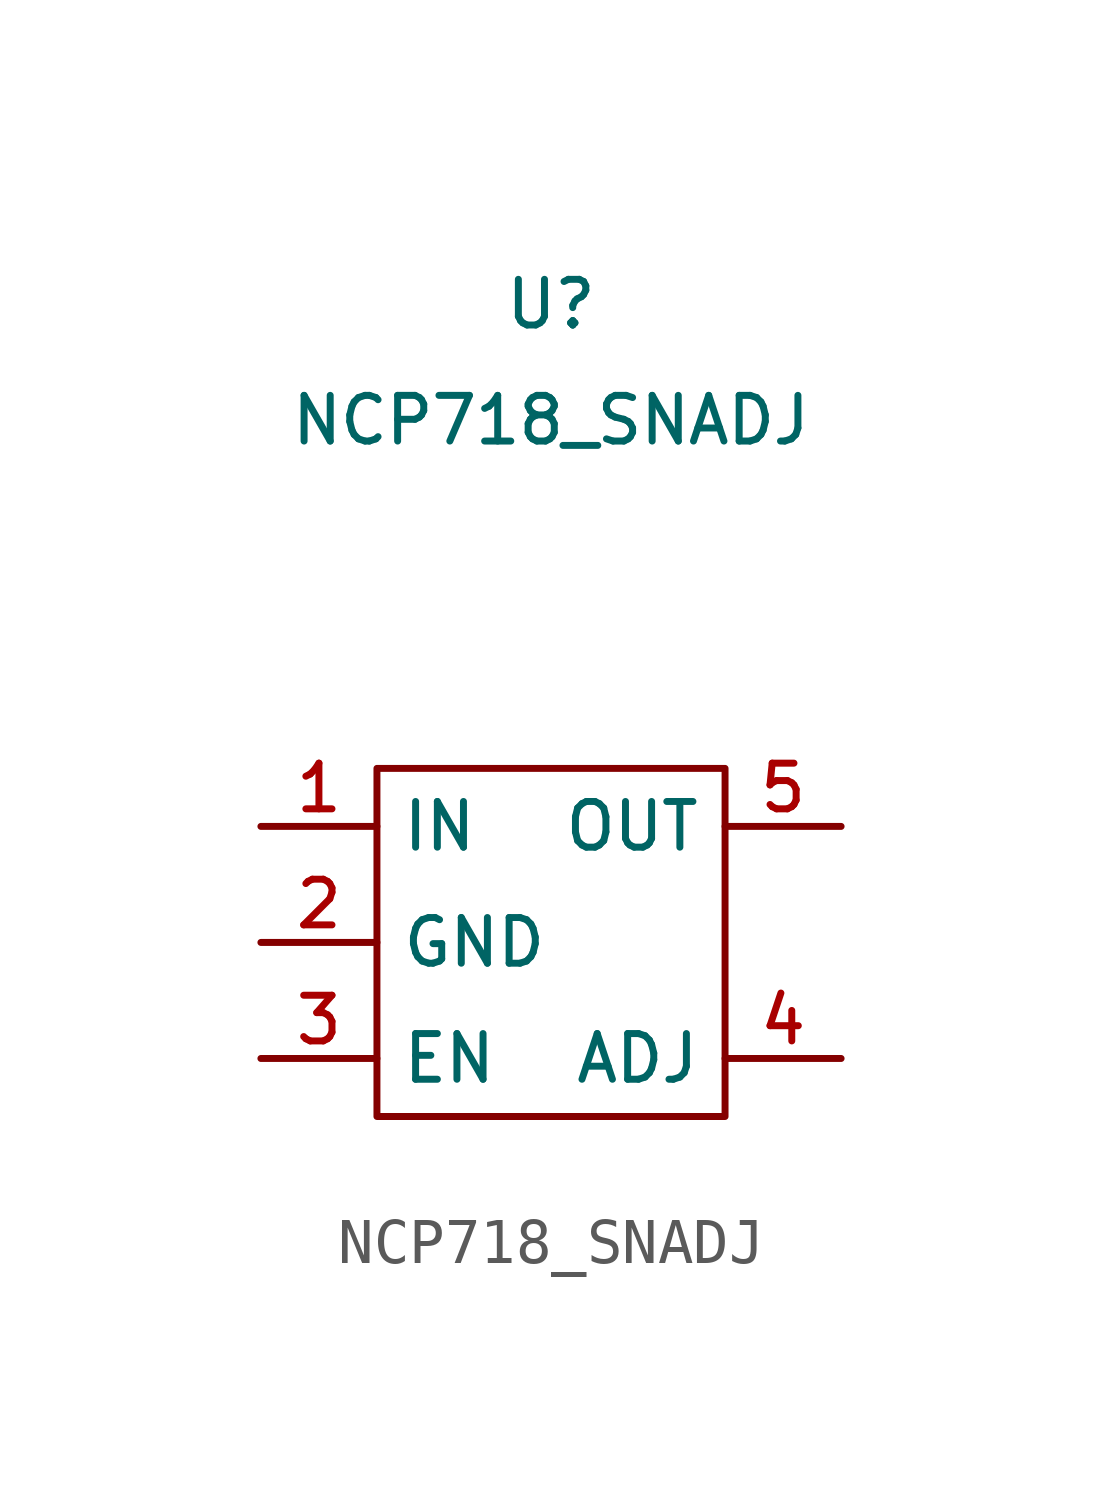
<source format=kicad_sym>
(kicad_symbol_lib
  (version 20211014)
  (generator kicad_symbol_editor)
  (symbol "NCP718_SNADJ"
    (property "Reference" "U"
      (at 0 13.97 0)
      (effects (font (size 1 1))))
    (property "Value" "NCP718_SNADJ"
      (at 0 11.43 0)
      (effects (font (size 1 1))))
    (symbol "NCP718_SNADJ_0_1"
      (rectangle (start -3.81 3.81) (end 3.81 -3.81) (stroke (width 0.152) (type default) (color 0 0 0 0)) (fill (type none))))
    (symbol "NCP718_SNADJ_1_1"
      (pin power_in line (at -6.35 2.54 0) (length 2.54) (name "IN" (effects (font (size 1 1)))) (number "1" (effects (font (size 1 1)))))
      (pin power_in line (at -6.35 0 0) (length 2.54) (name "GND" (effects (font (size 1 1)))) (number "2" (effects (font (size 1 1)))))
      (pin input line (at -6.35 -2.54 0) (length 2.54) (name "EN" (effects (font (size 1 1)))) (number "3" (effects (font (size 1 1)))))
      (pin input line (at 6.35 -2.54 180) (length 2.54) (name "ADJ" (effects (font (size 1 1)))) (number "4" (effects (font (size 1 1)))))
      (pin power_out line (at 6.35 2.54 180) (length 2.54) (name "OUT" (effects (font (size 1 1)))) (number "5" (effects (font (size 1 1))))))))
</source>
